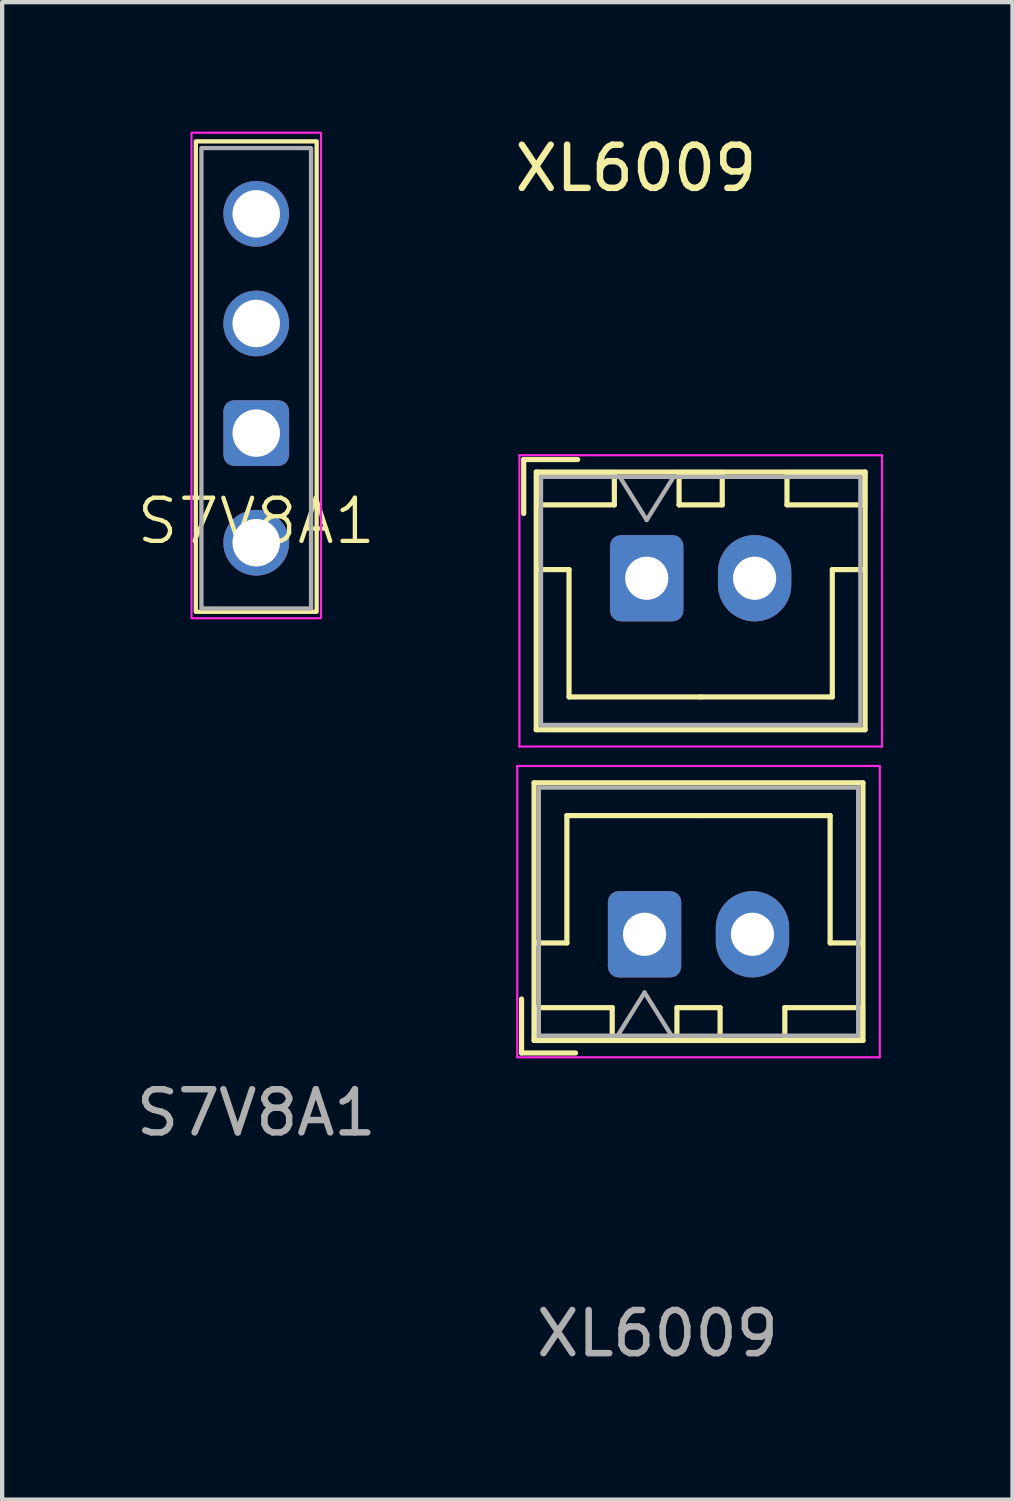
<source format=kicad_pcb>
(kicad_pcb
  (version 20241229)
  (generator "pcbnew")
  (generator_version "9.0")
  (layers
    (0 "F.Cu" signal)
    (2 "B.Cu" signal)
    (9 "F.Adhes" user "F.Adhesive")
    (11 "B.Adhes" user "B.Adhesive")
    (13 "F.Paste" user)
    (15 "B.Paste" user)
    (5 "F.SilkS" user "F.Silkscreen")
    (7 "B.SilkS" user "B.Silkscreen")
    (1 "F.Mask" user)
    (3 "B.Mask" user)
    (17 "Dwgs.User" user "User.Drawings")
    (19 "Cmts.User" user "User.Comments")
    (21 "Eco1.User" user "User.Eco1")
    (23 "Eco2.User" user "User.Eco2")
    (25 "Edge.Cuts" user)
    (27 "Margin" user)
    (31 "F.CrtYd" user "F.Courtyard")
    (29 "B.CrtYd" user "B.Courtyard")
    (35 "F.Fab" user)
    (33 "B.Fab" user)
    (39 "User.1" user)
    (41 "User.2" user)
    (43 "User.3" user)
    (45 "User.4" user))
  (footprint "S7V8A1"
    (layer "F.Cu")
    (at 2.887 9.525)
    (property "Reference" "S7V8A1" (at 0 -0.5 0) (unlocked yes) (layer "F.SilkS") (effects (font (size 1 1) (thickness 0.1))))
    (attr through_hole)
    (fp_rect (start -1.4 -9.3) (end 1.4 1.6) (stroke (width 0.1) (type default)) (fill no) (layer "F.SilkS"))
    (fp_rect (start -1.5 -9.5) (end 1.5 1.75) (stroke (width 0.05) (type default)) (fill no) (layer "F.CrtYd"))
    (fp_rect (start -1.27 -9.144) (end 1.27 1.524) (stroke (width 0.1) (type default)) (fill no) (layer "F.Fab"))
    (fp_text user "${REFERENCE}" (at 0 13.208 0) (unlocked yes) (layer "F.Fab") (effects (font (size 1 1) (thickness 0.15))))
    (pad "1" thru_hole circle (at 0 0) (size 1.524 1.524) (drill 1.1) (layers "*.Cu" "*.Mask"))
    (pad "2" thru_hole roundrect (at 0 -2.54) (size 1.524 1.524) (drill 1.1) (layers "*.Cu" "*.Mask") (roundrect_rratio 0.164))
    (pad "3" thru_hole circle (at 0 -5.08) (size 1.524 1.524) (drill 1.1) (layers "*.Cu" "*.Mask"))
    (pad "4" thru_hole circle (at 0 -7.62) (size 1.524 1.524) (drill 1.1) (layers "*.Cu" "*.Mask")))
  (footprint "XL6009"
    (layer "F.Cu")
    (at 11.935 10.348)
    (property "Reference" "XL6009" (at -0.25 -9.5 0) (layer "F.SilkS") (effects (font (size 1 1) (thickness 0.15))))
    (attr through_hole)
    (fp_line (start -2.9 11) (end -2.9 9.75) (stroke (width 0.12) (type solid)) (layer "F.SilkS"))
    (fp_line (start -2.85 -2.75) (end -2.85 -1.5) (stroke (width 0.12) (type solid)) (layer "F.SilkS"))
    (fp_line (start -2.61 4.74) (end 5.01 4.74) (stroke (width 0.12) (type solid)) (layer "F.SilkS"))
    (fp_line (start -2.61 10.71) (end -2.61 4.74) (stroke (width 0.12) (type solid)) (layer "F.SilkS"))
    (fp_line (start -2.6 8.45) (end -1.85 8.45) (stroke (width 0.12) (type solid)) (layer "F.SilkS"))
    (fp_line (start -2.6 9.95) (end -0.8 9.95) (stroke (width 0.12) (type solid)) (layer "F.SilkS"))
    (fp_line (start -2.6 10.7) (end -2.6 9.95) (stroke (width 0.12) (type solid)) (layer "F.SilkS"))
    (fp_line (start -2.56 -2.46) (end -2.56 3.51) (stroke (width 0.12) (type solid)) (layer "F.SilkS"))
    (fp_line (start -2.56 3.51) (end 5.06 3.51) (stroke (width 0.12) (type solid)) (layer "F.SilkS"))
    (fp_line (start -2.55 -2.45) (end -2.55 -1.7) (stroke (width 0.12) (type solid)) (layer "F.SilkS"))
    (fp_line (start -2.55 -1.7) (end -0.75 -1.7) (stroke (width 0.12) (type solid)) (layer "F.SilkS"))
    (fp_line (start -2.55 -0.2) (end -1.8 -0.2) (stroke (width 0.12) (type solid)) (layer "F.SilkS"))
    (fp_line (start -1.85 5.5) (end 1.2 5.5) (stroke (width 0.12) (type solid)) (layer "F.SilkS"))
    (fp_line (start -1.85 8.45) (end -1.85 5.5) (stroke (width 0.12) (type solid)) (layer "F.SilkS"))
    (fp_line (start -1.8 -0.2) (end -1.8 2.75) (stroke (width 0.12) (type solid)) (layer "F.SilkS"))
    (fp_line (start -1.8 2.75) (end 1.25 2.75) (stroke (width 0.12) (type solid)) (layer "F.SilkS"))
    (fp_line (start -1.65 11) (end -2.9 11) (stroke (width 0.12) (type solid)) (layer "F.SilkS"))
    (fp_line (start -1.6 -2.75) (end -2.85 -2.75) (stroke (width 0.12) (type solid)) (layer "F.SilkS"))
    (fp_line (start -0.8 9.95) (end -0.8 10.7) (stroke (width 0.12) (type solid)) (layer "F.SilkS"))
    (fp_line (start -0.8 10.7) (end -2.6 10.7) (stroke (width 0.12) (type solid)) (layer "F.SilkS"))
    (fp_line (start -0.75 -2.45) (end -2.55 -2.45) (stroke (width 0.12) (type solid)) (layer "F.SilkS"))
    (fp_line (start -0.75 -1.7) (end -0.75 -2.45) (stroke (width 0.12) (type solid)) (layer "F.SilkS"))
    (fp_line (start 0.7 9.95) (end 1.7 9.95) (stroke (width 0.12) (type solid)) (layer "F.SilkS"))
    (fp_line (start 0.7 10.7) (end 0.7 9.95) (stroke (width 0.12) (type solid)) (layer "F.SilkS"))
    (fp_line (start 0.75 -2.45) (end 0.75 -1.7) (stroke (width 0.12) (type solid)) (layer "F.SilkS"))
    (fp_line (start 0.75 -1.7) (end 1.75 -1.7) (stroke (width 0.12) (type solid)) (layer "F.SilkS"))
    (fp_line (start 1.7 9.95) (end 1.7 10.7) (stroke (width 0.12) (type solid)) (layer "F.SilkS"))
    (fp_line (start 1.7 10.7) (end 0.7 10.7) (stroke (width 0.12) (type solid)) (layer "F.SilkS"))
    (fp_line (start 1.75 -2.45) (end 0.75 -2.45) (stroke (width 0.12) (type solid)) (layer "F.SilkS"))
    (fp_line (start 1.75 -1.7) (end 1.75 -2.45) (stroke (width 0.12) (type solid)) (layer "F.SilkS"))
    (fp_line (start 3.2 9.95) (end 5 9.95) (stroke (width 0.12) (type solid)) (layer "F.SilkS"))
    (fp_line (start 3.2 10.7) (end 3.2 9.95) (stroke (width 0.12) (type solid)) (layer "F.SilkS"))
    (fp_line (start 3.25 -2.45) (end 3.25 -1.7) (stroke (width 0.12) (type solid)) (layer "F.SilkS"))
    (fp_line (start 3.25 -1.7) (end 5.05 -1.7) (stroke (width 0.12) (type solid)) (layer "F.SilkS"))
    (fp_line (start 4.25 5.5) (end 1.2 5.5) (stroke (width 0.12) (type solid)) (layer "F.SilkS"))
    (fp_line (start 4.25 8.45) (end 4.25 5.5) (stroke (width 0.12) (type solid)) (layer "F.SilkS"))
    (fp_line (start 4.3 -0.2) (end 4.3 2.75) (stroke (width 0.12) (type solid)) (layer "F.SilkS"))
    (fp_line (start 4.3 2.75) (end 1.25 2.75) (stroke (width 0.12) (type solid)) (layer "F.SilkS"))
    (fp_line (start 5 8.45) (end 4.25 8.45) (stroke (width 0.12) (type solid)) (layer "F.SilkS"))
    (fp_line (start 5 9.95) (end 5 10.7) (stroke (width 0.12) (type solid)) (layer "F.SilkS"))
    (fp_line (start 5 10.7) (end 3.2 10.7) (stroke (width 0.12) (type solid)) (layer "F.SilkS"))
    (fp_line (start 5.01 4.74) (end 5.01 10.71) (stroke (width 0.12) (type solid)) (layer "F.SilkS"))
    (fp_line (start 5.01 10.71) (end -2.61 10.71) (stroke (width 0.12) (type solid)) (layer "F.SilkS"))
    (fp_line (start 5.05 -2.45) (end 3.25 -2.45) (stroke (width 0.12) (type solid)) (layer "F.SilkS"))
    (fp_line (start 5.05 -1.7) (end 5.05 -2.45) (stroke (width 0.12) (type solid)) (layer "F.SilkS"))
    (fp_line (start 5.05 -0.2) (end 4.3 -0.2) (stroke (width 0.12) (type solid)) (layer "F.SilkS"))
    (fp_line (start 5.06 -2.46) (end -2.56 -2.46) (stroke (width 0.12) (type solid)) (layer "F.SilkS"))
    (fp_line (start 5.06 3.51) (end 5.06 -2.46) (stroke (width 0.12) (type solid)) (layer "F.SilkS"))
    (fp_line (start -3 4.35) (end 5.4 4.35) (stroke (width 0.05) (type solid)) (layer "F.CrtYd"))
    (fp_line (start -3 11.1) (end -3 4.35) (stroke (width 0.05) (type solid)) (layer "F.CrtYd"))
    (fp_line (start -2.95 -2.85) (end -2.95 3.9) (stroke (width 0.05) (type solid)) (layer "F.CrtYd"))
    (fp_line (start -2.95 3.9) (end 5.45 3.9) (stroke (width 0.05) (type solid)) (layer "F.CrtYd"))
    (fp_line (start 5.4 4.35) (end 5.4 11.1) (stroke (width 0.05) (type solid)) (layer "F.CrtYd"))
    (fp_line (start 5.4 11.1) (end -3 11.1) (stroke (width 0.05) (type solid)) (layer "F.CrtYd"))
    (fp_line (start 5.45 -2.85) (end -2.95 -2.85) (stroke (width 0.05) (type solid)) (layer "F.CrtYd"))
    (fp_line (start 5.45 3.9) (end 5.45 -2.85) (stroke (width 0.05) (type solid)) (layer "F.CrtYd"))
    (fp_line (start -2.5 4.85) (end 4.9 4.85) (stroke (width 0.1) (type solid)) (layer "F.Fab"))
    (fp_line (start -2.5 10.6) (end -2.5 4.85) (stroke (width 0.1) (type solid)) (layer "F.Fab"))
    (fp_line (start -2.45 -2.35) (end -2.45 3.4) (stroke (width 0.1) (type solid)) (layer "F.Fab"))
    (fp_line (start -2.45 3.4) (end 4.95 3.4) (stroke (width 0.1) (type solid)) (layer "F.Fab"))
    (fp_line (start -0.675 10.6) (end -0.05 9.6) (stroke (width 0.1) (type solid)) (layer "F.Fab"))
    (fp_line (start -0.625 -2.35) (end 0 -1.35) (stroke (width 0.1) (type solid)) (layer "F.Fab"))
    (fp_line (start -0.05 9.6) (end 0.575 10.6) (stroke (width 0.1) (type solid)) (layer "F.Fab"))
    (fp_line (start 0 -1.35) (end 0.625 -2.35) (stroke (width 0.1) (type solid)) (layer "F.Fab"))
    (fp_line (start 4.9 4.85) (end 4.9 10.6) (stroke (width 0.1) (type solid)) (layer "F.Fab"))
    (fp_line (start 4.9 10.6) (end -2.5 10.6) (stroke (width 0.1) (type solid)) (layer "F.Fab"))
    (fp_line (start 4.95 -2.35) (end -2.45 -2.35) (stroke (width 0.1) (type solid)) (layer "F.Fab"))
    (fp_line (start 4.95 3.4) (end 4.95 -2.35) (stroke (width 0.1) (type solid)) (layer "F.Fab"))
    (fp_text user "${REFERENCE}" (at 0.25 17.5 0) (layer "F.Fab") (effects (font (size 1 1) (thickness 0.15))))
    (pad "1" thru_hole roundrect (at 0 0) (size 1.7 2) (drill 1) (layers "*.Cu" "*.Mask") (roundrect_rratio 0.147))
    (pad "2" thru_hole oval (at 2.5 0) (size 1.7 2) (drill 1) (layers "*.Cu" "*.Mask"))
    (pad "3" thru_hole roundrect (at -0.05 8.25 180) (size 1.7 2) (drill 1) (layers "*.Cu" "*.Mask") (roundrect_rratio 0.147))
    (pad "4" thru_hole oval (at 2.45 8.25 180) (size 1.7 2) (drill 1) (layers "*.Cu" "*.Mask")))
  (gr_rect
    (start -3 -3)
    (end 20.41 31.697)
    (stroke (width 0.1) (type default))
    (fill no)
    (layer "Edge.Cuts")))
</source>
